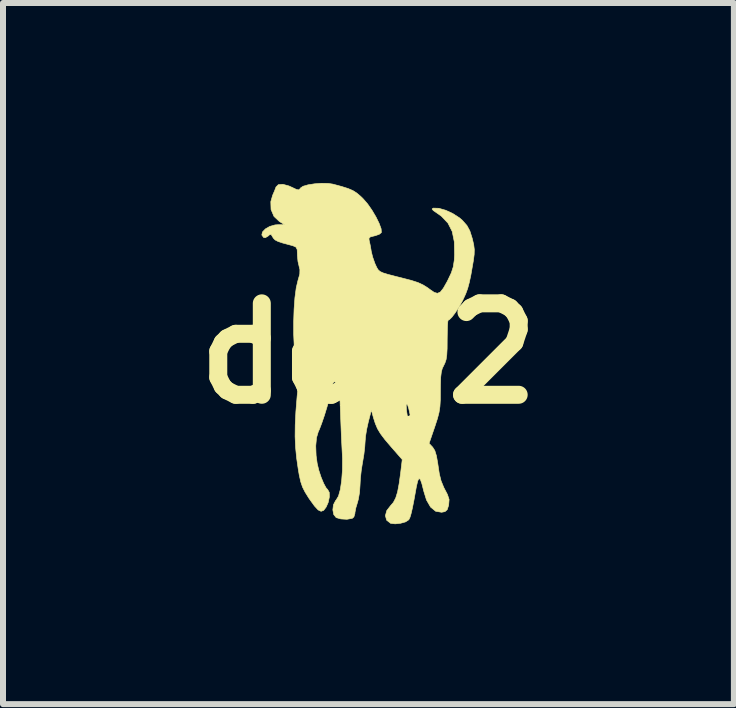
<source format=kicad_pcb>
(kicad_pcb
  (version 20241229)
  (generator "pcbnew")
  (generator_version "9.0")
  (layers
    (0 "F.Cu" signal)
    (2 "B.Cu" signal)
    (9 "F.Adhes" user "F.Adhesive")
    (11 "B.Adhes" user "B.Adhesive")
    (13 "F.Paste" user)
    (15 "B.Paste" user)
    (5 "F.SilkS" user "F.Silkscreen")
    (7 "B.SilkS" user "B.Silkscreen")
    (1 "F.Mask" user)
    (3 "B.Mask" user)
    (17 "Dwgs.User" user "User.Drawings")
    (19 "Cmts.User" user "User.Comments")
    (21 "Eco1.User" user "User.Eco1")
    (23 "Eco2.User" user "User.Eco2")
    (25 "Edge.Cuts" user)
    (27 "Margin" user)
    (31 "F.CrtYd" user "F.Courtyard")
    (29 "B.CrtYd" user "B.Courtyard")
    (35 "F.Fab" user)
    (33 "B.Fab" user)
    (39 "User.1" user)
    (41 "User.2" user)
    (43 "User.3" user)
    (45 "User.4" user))
  (footprint "dog2"
    (layer "F.Cu")
    (at 3.092 2.841)
    (property "Reference" "dog2" (at 0 0 0) (layer "F.SilkS") (effects (font (size 1.524 1.524) (thickness 0.3))))
    (attr through_hole)
    (fp_poly (pts (xy -0.673 -2.834) (xy -0.594 -2.822) (xy -0.445 -2.782) (xy -0.338 -2.748) (xy -0.259 -2.714) (xy -0.195 -2.673) (xy -0.131 -2.619) (xy -0.091 -2.58) (xy -0.016 -2.494) (xy 0.058 -2.388) (xy 0.125 -2.275) (xy 0.178 -2.167) (xy 0.211 -2.077) (xy 0.215 -2.017) (xy 0.214 -2.014) (xy 0.18 -1.986) (xy 0.112 -1.962) (xy 0.098 -1.959) (xy 0.031 -1.942) (xy 0.007 -1.916) (xy 0.012 -1.88) (xy 0.027 -1.813) (xy 0.043 -1.724) (xy 0.045 -1.707) (xy 0.069 -1.608) (xy 0.107 -1.5) (xy 0.118 -1.475) (xy 0.141 -1.427) (xy 0.163 -1.392) (xy 0.194 -1.365) (xy 0.244 -1.342) (xy 0.322 -1.318) (xy 0.437 -1.288) (xy 0.564 -1.256) (xy 0.715 -1.217) (xy 0.826 -1.181) (xy 0.912 -1.141) (xy 0.99 -1.092) (xy 1.027 -1.064) (xy 1.096 -1.017) (xy 1.15 -1.002) (xy 1.198 -1.023) (xy 1.248 -1.086) (xy 1.31 -1.195) (xy 1.326 -1.227) (xy 1.381 -1.343) (xy 1.413 -1.442) (xy 1.43 -1.552) (xy 1.435 -1.645) (xy 1.431 -1.859) (xy 1.396 -2.032) (xy 1.325 -2.172) (xy 1.217 -2.286) (xy 1.147 -2.336) (xy 1.081 -2.381) (xy 1.06 -2.408) (xy 1.079 -2.421) (xy 1.083 -2.422) (xy 1.173 -2.419) (xy 1.288 -2.386) (xy 1.408 -2.33) (xy 1.518 -2.259) (xy 1.566 -2.217) (xy 1.641 -2.132) (xy 1.69 -2.042) (xy 1.728 -1.922) (xy 1.731 -1.911) (xy 1.754 -1.813) (xy 1.764 -1.733) (xy 1.762 -1.65) (xy 1.748 -1.543) (xy 1.736 -1.475) (xy 1.707 -1.307) (xy 1.68 -1.181) (xy 1.653 -1.081) (xy 1.621 -0.994) (xy 1.58 -0.904) (xy 1.566 -0.875) (xy 1.509 -0.774) (xy 1.448 -0.68) (xy 1.391 -0.605) (xy 1.347 -0.562) (xy 1.329 -0.555) (xy 1.322 -0.531) (xy 1.317 -0.461) (xy 1.314 -0.356) (xy 1.312 -0.23) (xy 1.311 -0.081) (xy 1.305 0.026) (xy 1.294 0.102) (xy 1.275 0.159) (xy 1.256 0.198) (xy 1.23 0.251) (xy 1.214 0.313) (xy 1.204 0.397) (xy 1.2 0.515) (xy 1.199 0.621) (xy 1.198 0.771) (xy 1.191 0.886) (xy 1.176 0.985) (xy 1.149 1.088) (xy 1.107 1.217) (xy 1.105 1.223) (xy 1.01 1.5) (xy 1.07 1.563) (xy 1.106 1.62) (xy 1.133 1.708) (xy 1.156 1.84) (xy 1.159 1.862) (xy 1.181 2.008) (xy 1.21 2.124) (xy 1.255 2.234) (xy 1.316 2.351) (xy 1.344 2.435) (xy 1.336 2.532) (xy 1.335 2.535) (xy 1.312 2.605) (xy 1.275 2.637) (xy 1.219 2.648) (xy 1.12 2.631) (xy 1.035 2.561) (xy 0.967 2.443) (xy 0.922 2.297) (xy 0.89 2.171) (xy 0.865 2.101) (xy 0.842 2.086) (xy 0.821 2.125) (xy 0.799 2.219) (xy 0.789 2.274) (xy 0.757 2.452) (xy 0.731 2.582) (xy 0.71 2.672) (xy 0.692 2.732) (xy 0.674 2.769) (xy 0.669 2.775) (xy 0.618 2.808) (xy 0.536 2.831) (xy 0.446 2.841) (xy 0.373 2.833) (xy 0.367 2.831) (xy 0.303 2.78) (xy 0.282 2.705) (xy 0.305 2.62) (xy 0.366 2.541) (xy 0.415 2.484) (xy 0.454 2.41) (xy 0.485 2.31) (xy 0.511 2.172) (xy 0.536 1.992) (xy 0.563 1.769) (xy 0.38 1.56) (xy 0.275 1.437) (xy 0.201 1.339) (xy 0.15 1.254) (xy 0.113 1.166) (xy 0.083 1.072) (xy 0.048 0.945) (xy -0.003 1.143) (xy -0.03 1.264) (xy -0.049 1.383) (xy -0.056 1.468) (xy -0.062 1.559) (xy -0.076 1.681) (xy -0.097 1.807) (xy -0.099 1.816) (xy -0.12 1.949) (xy -0.135 2.087) (xy -0.141 2.199) (xy -0.141 2.2) (xy -0.149 2.317) (xy -0.169 2.432) (xy -0.183 2.484) (xy -0.21 2.573) (xy -0.225 2.65) (xy -0.226 2.668) (xy -0.243 2.725) (xy -0.27 2.749) (xy -0.359 2.765) (xy -0.46 2.759) (xy -0.538 2.737) (xy -0.579 2.686) (xy -0.594 2.608) (xy -0.584 2.523) (xy -0.548 2.453) (xy -0.539 2.444) (xy -0.5 2.379) (xy -0.469 2.268) (xy -0.447 2.121) (xy -0.434 1.946) (xy -0.433 1.755) (xy -0.437 1.665) (xy -0.444 1.529) (xy -0.452 1.366) (xy -0.459 1.189) (xy -0.466 1.011) (xy -0.471 0.867) (xy 0.629 0.867) (xy 0.633 0.941) (xy 0.645 1.026) (xy 0.659 1.088) (xy 0.665 1.103) (xy 0.69 1.129) (xy 0.7 1.104) (xy 0.694 1.029) (xy 0.691 1.009) (xy 0.671 0.917) (xy 0.652 0.859) (xy 0.636 0.841) (xy 0.629 0.867) (xy -0.471 0.867) (xy -0.472 0.846) (xy -0.477 0.707) (xy -0.479 0.609) (xy -0.479 0.592) (xy -0.5 0.524) (xy -0.534 0.487) (xy -0.566 0.473) (xy -0.587 0.485) (xy -0.603 0.533) (xy -0.621 0.615) (xy -0.649 0.738) (xy -0.688 0.881) (xy -0.733 1.029) (xy -0.779 1.163) (xy -0.819 1.268) (xy -0.836 1.304) (xy -0.866 1.404) (xy -0.879 1.542) (xy -0.873 1.702) (xy -0.855 1.834) (xy -0.828 1.948) (xy -0.79 2.063) (xy -0.747 2.167) (xy -0.706 2.242) (xy -0.68 2.27) (xy -0.654 2.316) (xy -0.652 2.393) (xy -0.671 2.483) (xy -0.706 2.562) (xy -0.747 2.616) (xy -0.79 2.632) (xy -0.839 2.609) (xy -0.9 2.543) (xy -0.981 2.431) (xy -0.998 2.406) (xy -1.057 2.311) (xy -1.099 2.228) (xy -1.129 2.14) (xy -1.154 2.028) (xy -1.172 1.921) (xy -1.198 1.74) (xy -1.215 1.565) (xy -1.223 1.386) (xy -1.221 1.191) (xy -1.21 0.97) (xy -1.189 0.712) (xy -1.169 0.508) (xy -1.165 0.335) (xy -1.193 0.178) (xy -1.196 0.169) (xy -1.221 0.042) (xy -1.238 -0.126) (xy -1.247 -0.321) (xy -1.247 -0.529) (xy -1.24 -0.736) (xy -1.226 -0.929) (xy -1.204 -1.094) (xy -1.175 -1.217) (xy -1.173 -1.223) (xy -1.145 -1.322) (xy -1.143 -1.397) (xy -1.155 -1.446) (xy -1.175 -1.532) (xy -1.185 -1.634) (xy -1.185 -1.654) (xy -1.188 -1.73) (xy -1.208 -1.771) (xy -1.258 -1.794) (xy -1.305 -1.807) (xy -1.429 -1.84) (xy -1.509 -1.867) (xy -1.557 -1.892) (xy -1.586 -1.922) (xy -1.597 -1.941) (xy -1.623 -1.983) (xy -1.652 -1.976) (xy -1.672 -1.957) (xy -1.719 -1.929) (xy -1.747 -1.932) (xy -1.778 -1.974) (xy -1.766 -2.025) (xy -1.718 -2.075) (xy -1.645 -2.117) (xy -1.557 -2.142) (xy -1.513 -2.145) (xy -1.397 -2.145) (xy -1.485 -2.199) (xy -1.575 -2.284) (xy -1.624 -2.399) (xy -1.628 -2.529) (xy -1.598 -2.635) (xy -1.565 -2.711) (xy -1.542 -2.772) (xy -1.542 -2.773) (xy -1.502 -2.813) (xy -1.427 -2.819) (xy -1.325 -2.791) (xy -1.27 -2.766) (xy -1.2 -2.733) (xy -1.163 -2.726) (xy -1.141 -2.745) (xy -1.133 -2.757) (xy -1.091 -2.786) (xy -1.008 -2.81) (xy -0.9 -2.827) (xy -0.783 -2.836) (xy -0.673 -2.834)) (stroke (width 0.01) (type solid)) (fill yes) (layer "F.SilkS")))
  (gr_rect
    (start -3 -3)
    (end 9.183 8.687)
    (stroke (width 0.1) (type default))
    (fill no)
    (layer "Edge.Cuts")))
</source>
